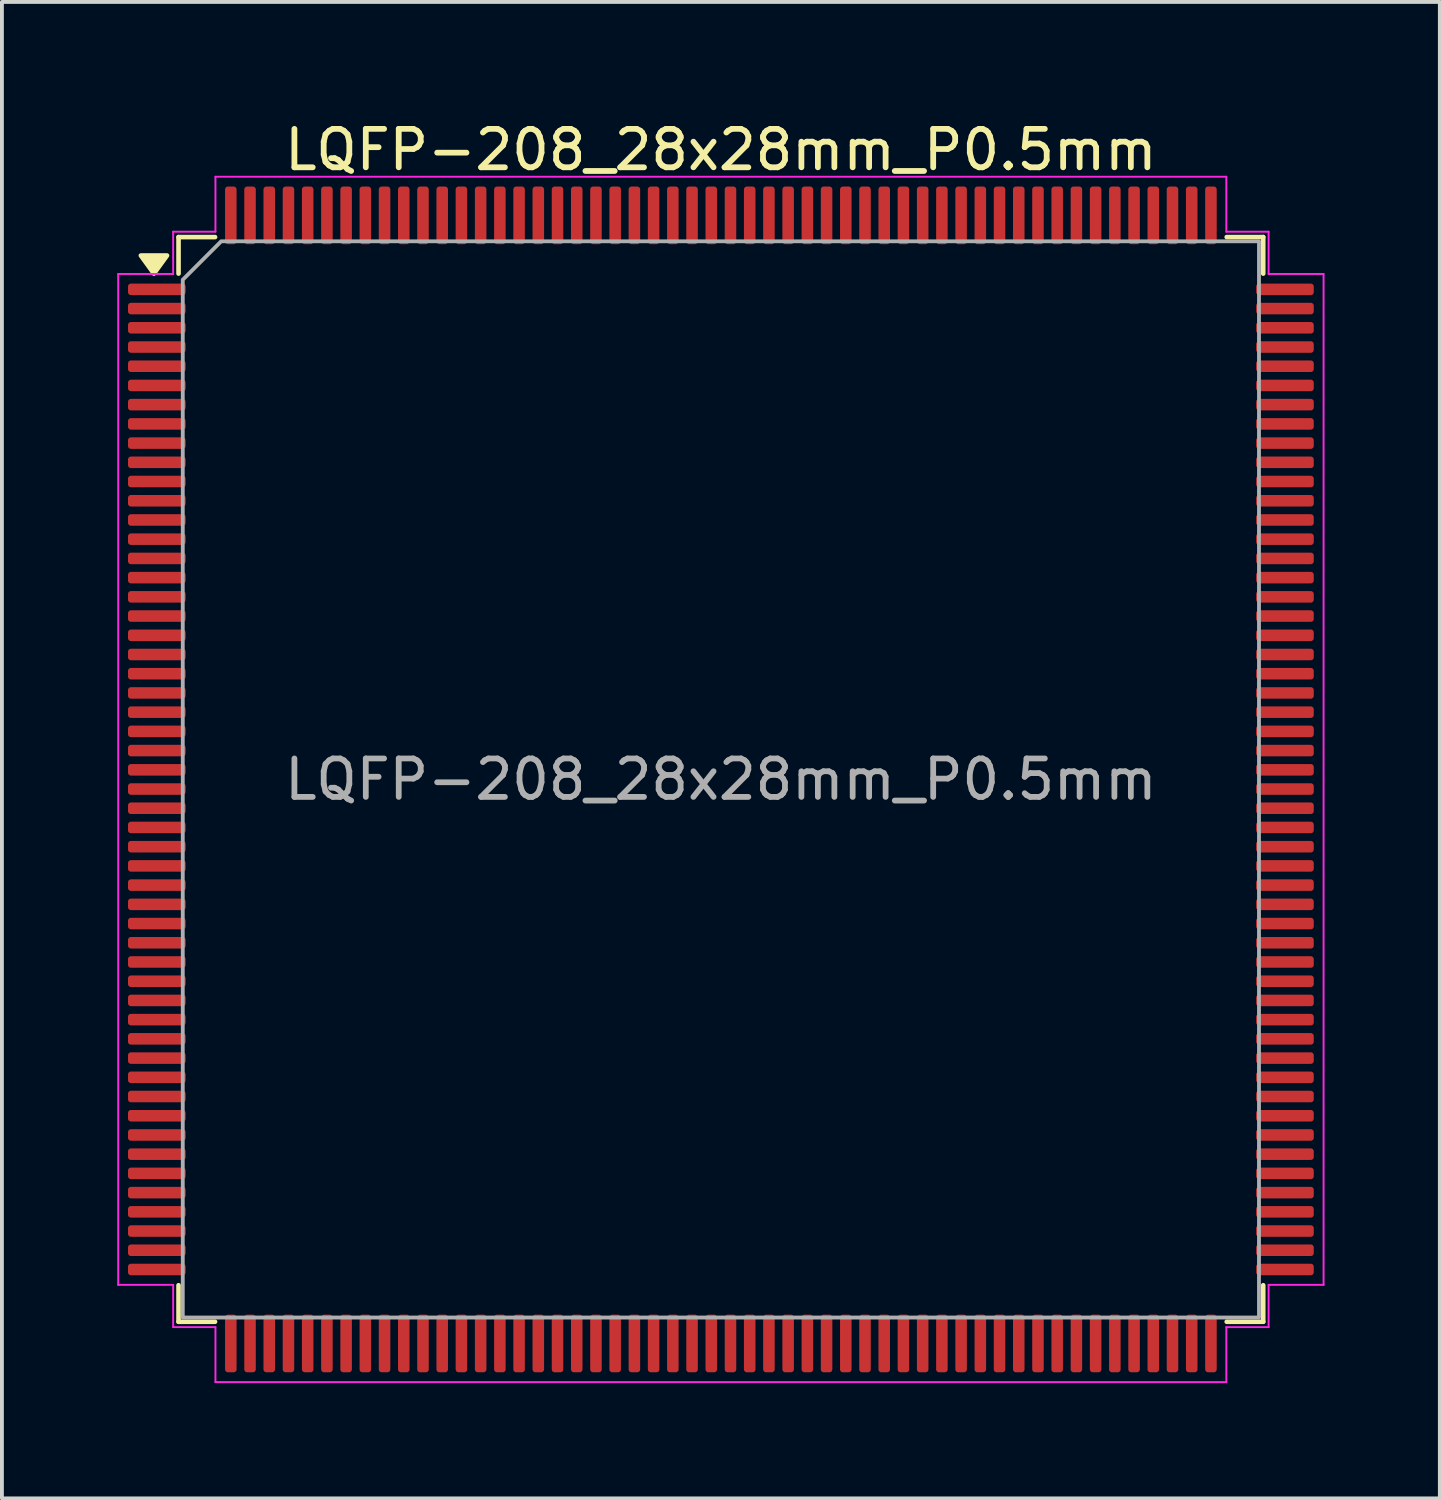
<source format=kicad_pcb>
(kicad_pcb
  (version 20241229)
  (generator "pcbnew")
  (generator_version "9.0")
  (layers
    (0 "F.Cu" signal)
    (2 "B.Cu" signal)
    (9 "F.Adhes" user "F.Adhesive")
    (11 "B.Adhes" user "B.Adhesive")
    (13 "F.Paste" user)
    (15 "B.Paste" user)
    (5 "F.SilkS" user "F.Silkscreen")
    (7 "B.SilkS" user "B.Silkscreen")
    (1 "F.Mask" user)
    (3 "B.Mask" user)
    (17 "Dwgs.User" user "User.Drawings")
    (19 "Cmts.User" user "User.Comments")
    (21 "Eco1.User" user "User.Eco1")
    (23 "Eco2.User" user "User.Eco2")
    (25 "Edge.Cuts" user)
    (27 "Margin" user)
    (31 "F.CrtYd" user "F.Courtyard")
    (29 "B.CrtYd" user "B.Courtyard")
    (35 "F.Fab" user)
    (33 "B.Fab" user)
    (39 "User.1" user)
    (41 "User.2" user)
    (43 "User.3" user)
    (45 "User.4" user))
  (footprint "LQFP-208_28x28mm_P0.5mm"
    (layer "F.Cu")
    (at 15.705 17.228)
    (property "Reference" "LQFP-208_28x28mm_P0.5mm" (at 0 -16.38 0) (layer "F.SilkS") (effects (font (size 1 1) (thickness 0.15))))
    (attr smd)
    (fp_line (start -14.11 -14.11) (end -13.16 -14.11) (stroke (width 0.12) (type solid)) (layer "F.SilkS"))
    (fp_line (start -14.11 -13.16) (end -14.11 -14.11) (stroke (width 0.12) (type solid)) (layer "F.SilkS"))
    (fp_line (start -14.11 14.11) (end -14.11 13.16) (stroke (width 0.12) (type solid)) (layer "F.SilkS"))
    (fp_line (start -13.16 14.11) (end -14.11 14.11) (stroke (width 0.12) (type solid)) (layer "F.SilkS"))
    (fp_line (start 13.16 -14.11) (end 14.11 -14.11) (stroke (width 0.12) (type solid)) (layer "F.SilkS"))
    (fp_line (start 14.11 -14.11) (end 14.11 -13.16) (stroke (width 0.12) (type solid)) (layer "F.SilkS"))
    (fp_line (start 14.11 13.16) (end 14.11 14.11) (stroke (width 0.12) (type solid)) (layer "F.SilkS"))
    (fp_line (start 14.11 14.11) (end 13.16 14.11) (stroke (width 0.12) (type solid)) (layer "F.SilkS"))
    (fp_poly (pts (xy -14.75 -13.16) (xy -15.09 -13.63) (xy -14.41 -13.63)) (stroke (width 0.12) (type solid)) (fill yes) (layer "F.SilkS"))
    (fp_line (start -15.68 -13.15) (end -14.25 -13.15) (stroke (width 0.05) (type solid)) (layer "F.CrtYd"))
    (fp_line (start -15.68 13.15) (end -15.68 -13.15) (stroke (width 0.05) (type solid)) (layer "F.CrtYd"))
    (fp_line (start -14.25 -14.25) (end -13.15 -14.25) (stroke (width 0.05) (type solid)) (layer "F.CrtYd"))
    (fp_line (start -14.25 -13.15) (end -14.25 -14.25) (stroke (width 0.05) (type solid)) (layer "F.CrtYd"))
    (fp_line (start -14.25 13.15) (end -15.68 13.15) (stroke (width 0.05) (type solid)) (layer "F.CrtYd"))
    (fp_line (start -14.25 14.25) (end -14.25 13.15) (stroke (width 0.05) (type solid)) (layer "F.CrtYd"))
    (fp_line (start -13.15 -15.68) (end 13.15 -15.68) (stroke (width 0.05) (type solid)) (layer "F.CrtYd"))
    (fp_line (start -13.15 -14.25) (end -13.15 -15.68) (stroke (width 0.05) (type solid)) (layer "F.CrtYd"))
    (fp_line (start -13.15 14.25) (end -14.25 14.25) (stroke (width 0.05) (type solid)) (layer "F.CrtYd"))
    (fp_line (start -13.15 15.68) (end -13.15 14.25) (stroke (width 0.05) (type solid)) (layer "F.CrtYd"))
    (fp_line (start 13.15 -15.68) (end 13.15 -14.25) (stroke (width 0.05) (type solid)) (layer "F.CrtYd"))
    (fp_line (start 13.15 -14.25) (end 14.25 -14.25) (stroke (width 0.05) (type solid)) (layer "F.CrtYd"))
    (fp_line (start 13.15 14.25) (end 13.15 15.68) (stroke (width 0.05) (type solid)) (layer "F.CrtYd"))
    (fp_line (start 13.15 15.68) (end -13.15 15.68) (stroke (width 0.05) (type solid)) (layer "F.CrtYd"))
    (fp_line (start 14.25 -14.25) (end 14.25 -13.15) (stroke (width 0.05) (type solid)) (layer "F.CrtYd"))
    (fp_line (start 14.25 -13.15) (end 15.68 -13.15) (stroke (width 0.05) (type solid)) (layer "F.CrtYd"))
    (fp_line (start 14.25 13.15) (end 14.25 14.25) (stroke (width 0.05) (type solid)) (layer "F.CrtYd"))
    (fp_line (start 14.25 14.25) (end 13.15 14.25) (stroke (width 0.05) (type solid)) (layer "F.CrtYd"))
    (fp_line (start 15.68 -13.15) (end 15.68 13.15) (stroke (width 0.05) (type solid)) (layer "F.CrtYd"))
    (fp_line (start 15.68 13.15) (end 14.25 13.15) (stroke (width 0.05) (type solid)) (layer "F.CrtYd"))
    (fp_poly (pts (xy -14 -13) (xy -14 14) (xy 14 14) (xy 14 -14) (xy -13 -14)) (stroke (width 0.1) (type solid)) (fill no) (layer "F.Fab"))
    (fp_text user "${REFERENCE}" (at 0 0 0) (layer "F.Fab") (effects (font (size 1 1) (thickness 0.15))))
    (pad "1" smd roundrect (at -14.675 -12.75) (size 1.5 0.3) (layers "F.Cu" "F.Mask" "F.Paste") (roundrect_rratio 0.25))
    (pad "2" smd roundrect (at -14.675 -12.25) (size 1.5 0.3) (layers "F.Cu" "F.Mask" "F.Paste") (roundrect_rratio 0.25))
    (pad "3" smd roundrect (at -14.675 -11.75) (size 1.5 0.3) (layers "F.Cu" "F.Mask" "F.Paste") (roundrect_rratio 0.25))
    (pad "4" smd roundrect (at -14.675 -11.25) (size 1.5 0.3) (layers "F.Cu" "F.Mask" "F.Paste") (roundrect_rratio 0.25))
    (pad "5" smd roundrect (at -14.675 -10.75) (size 1.5 0.3) (layers "F.Cu" "F.Mask" "F.Paste") (roundrect_rratio 0.25))
    (pad "6" smd roundrect (at -14.675 -10.25) (size 1.5 0.3) (layers "F.Cu" "F.Mask" "F.Paste") (roundrect_rratio 0.25))
    (pad "7" smd roundrect (at -14.675 -9.75) (size 1.5 0.3) (layers "F.Cu" "F.Mask" "F.Paste") (roundrect_rratio 0.25))
    (pad "8" smd roundrect (at -14.675 -9.25) (size 1.5 0.3) (layers "F.Cu" "F.Mask" "F.Paste") (roundrect_rratio 0.25))
    (pad "9" smd roundrect (at -14.675 -8.75) (size 1.5 0.3) (layers "F.Cu" "F.Mask" "F.Paste") (roundrect_rratio 0.25))
    (pad "10" smd roundrect (at -14.675 -8.25) (size 1.5 0.3) (layers "F.Cu" "F.Mask" "F.Paste") (roundrect_rratio 0.25))
    (pad "11" smd roundrect (at -14.675 -7.75) (size 1.5 0.3) (layers "F.Cu" "F.Mask" "F.Paste") (roundrect_rratio 0.25))
    (pad "12" smd roundrect (at -14.675 -7.25) (size 1.5 0.3) (layers "F.Cu" "F.Mask" "F.Paste") (roundrect_rratio 0.25))
    (pad "13" smd roundrect (at -14.675 -6.75) (size 1.5 0.3) (layers "F.Cu" "F.Mask" "F.Paste") (roundrect_rratio 0.25))
    (pad "14" smd roundrect (at -14.675 -6.25) (size 1.5 0.3) (layers "F.Cu" "F.Mask" "F.Paste") (roundrect_rratio 0.25))
    (pad "15" smd roundrect (at -14.675 -5.75) (size 1.5 0.3) (layers "F.Cu" "F.Mask" "F.Paste") (roundrect_rratio 0.25))
    (pad "16" smd roundrect (at -14.675 -5.25) (size 1.5 0.3) (layers "F.Cu" "F.Mask" "F.Paste") (roundrect_rratio 0.25))
    (pad "17" smd roundrect (at -14.675 -4.75) (size 1.5 0.3) (layers "F.Cu" "F.Mask" "F.Paste") (roundrect_rratio 0.25))
    (pad "18" smd roundrect (at -14.675 -4.25) (size 1.5 0.3) (layers "F.Cu" "F.Mask" "F.Paste") (roundrect_rratio 0.25))
    (pad "19" smd roundrect (at -14.675 -3.75) (size 1.5 0.3) (layers "F.Cu" "F.Mask" "F.Paste") (roundrect_rratio 0.25))
    (pad "20" smd roundrect (at -14.675 -3.25) (size 1.5 0.3) (layers "F.Cu" "F.Mask" "F.Paste") (roundrect_rratio 0.25))
    (pad "21" smd roundrect (at -14.675 -2.75) (size 1.5 0.3) (layers "F.Cu" "F.Mask" "F.Paste") (roundrect_rratio 0.25))
    (pad "22" smd roundrect (at -14.675 -2.25) (size 1.5 0.3) (layers "F.Cu" "F.Mask" "F.Paste") (roundrect_rratio 0.25))
    (pad "23" smd roundrect (at -14.675 -1.75) (size 1.5 0.3) (layers "F.Cu" "F.Mask" "F.Paste") (roundrect_rratio 0.25))
    (pad "24" smd roundrect (at -14.675 -1.25) (size 1.5 0.3) (layers "F.Cu" "F.Mask" "F.Paste") (roundrect_rratio 0.25))
    (pad "25" smd roundrect (at -14.675 -0.75) (size 1.5 0.3) (layers "F.Cu" "F.Mask" "F.Paste") (roundrect_rratio 0.25))
    (pad "26" smd roundrect (at -14.675 -0.25) (size 1.5 0.3) (layers "F.Cu" "F.Mask" "F.Paste") (roundrect_rratio 0.25))
    (pad "27" smd roundrect (at -14.675 0.25) (size 1.5 0.3) (layers "F.Cu" "F.Mask" "F.Paste") (roundrect_rratio 0.25))
    (pad "28" smd roundrect (at -14.675 0.75) (size 1.5 0.3) (layers "F.Cu" "F.Mask" "F.Paste") (roundrect_rratio 0.25))
    (pad "29" smd roundrect (at -14.675 1.25) (size 1.5 0.3) (layers "F.Cu" "F.Mask" "F.Paste") (roundrect_rratio 0.25))
    (pad "30" smd roundrect (at -14.675 1.75) (size 1.5 0.3) (layers "F.Cu" "F.Mask" "F.Paste") (roundrect_rratio 0.25))
    (pad "31" smd roundrect (at -14.675 2.25) (size 1.5 0.3) (layers "F.Cu" "F.Mask" "F.Paste") (roundrect_rratio 0.25))
    (pad "32" smd roundrect (at -14.675 2.75) (size 1.5 0.3) (layers "F.Cu" "F.Mask" "F.Paste") (roundrect_rratio 0.25))
    (pad "33" smd roundrect (at -14.675 3.25) (size 1.5 0.3) (layers "F.Cu" "F.Mask" "F.Paste") (roundrect_rratio 0.25))
    (pad "34" smd roundrect (at -14.675 3.75) (size 1.5 0.3) (layers "F.Cu" "F.Mask" "F.Paste") (roundrect_rratio 0.25))
    (pad "35" smd roundrect (at -14.675 4.25) (size 1.5 0.3) (layers "F.Cu" "F.Mask" "F.Paste") (roundrect_rratio 0.25))
    (pad "36" smd roundrect (at -14.675 4.75) (size 1.5 0.3) (layers "F.Cu" "F.Mask" "F.Paste") (roundrect_rratio 0.25))
    (pad "37" smd roundrect (at -14.675 5.25) (size 1.5 0.3) (layers "F.Cu" "F.Mask" "F.Paste") (roundrect_rratio 0.25))
    (pad "38" smd roundrect (at -14.675 5.75) (size 1.5 0.3) (layers "F.Cu" "F.Mask" "F.Paste") (roundrect_rratio 0.25))
    (pad "39" smd roundrect (at -14.675 6.25) (size 1.5 0.3) (layers "F.Cu" "F.Mask" "F.Paste") (roundrect_rratio 0.25))
    (pad "40" smd roundrect (at -14.675 6.75) (size 1.5 0.3) (layers "F.Cu" "F.Mask" "F.Paste") (roundrect_rratio 0.25))
    (pad "41" smd roundrect (at -14.675 7.25) (size 1.5 0.3) (layers "F.Cu" "F.Mask" "F.Paste") (roundrect_rratio 0.25))
    (pad "42" smd roundrect (at -14.675 7.75) (size 1.5 0.3) (layers "F.Cu" "F.Mask" "F.Paste") (roundrect_rratio 0.25))
    (pad "43" smd roundrect (at -14.675 8.25) (size 1.5 0.3) (layers "F.Cu" "F.Mask" "F.Paste") (roundrect_rratio 0.25))
    (pad "44" smd roundrect (at -14.675 8.75) (size 1.5 0.3) (layers "F.Cu" "F.Mask" "F.Paste") (roundrect_rratio 0.25))
    (pad "45" smd roundrect (at -14.675 9.25) (size 1.5 0.3) (layers "F.Cu" "F.Mask" "F.Paste") (roundrect_rratio 0.25))
    (pad "46" smd roundrect (at -14.675 9.75) (size 1.5 0.3) (layers "F.Cu" "F.Mask" "F.Paste") (roundrect_rratio 0.25))
    (pad "47" smd roundrect (at -14.675 10.25) (size 1.5 0.3) (layers "F.Cu" "F.Mask" "F.Paste") (roundrect_rratio 0.25))
    (pad "48" smd roundrect (at -14.675 10.75) (size 1.5 0.3) (layers "F.Cu" "F.Mask" "F.Paste") (roundrect_rratio 0.25))
    (pad "49" smd roundrect (at -14.675 11.25) (size 1.5 0.3) (layers "F.Cu" "F.Mask" "F.Paste") (roundrect_rratio 0.25))
    (pad "50" smd roundrect (at -14.675 11.75) (size 1.5 0.3) (layers "F.Cu" "F.Mask" "F.Paste") (roundrect_rratio 0.25))
    (pad "51" smd roundrect (at -14.675 12.25) (size 1.5 0.3) (layers "F.Cu" "F.Mask" "F.Paste") (roundrect_rratio 0.25))
    (pad "52" smd roundrect (at -14.675 12.75) (size 1.5 0.3) (layers "F.Cu" "F.Mask" "F.Paste") (roundrect_rratio 0.25))
    (pad "53" smd roundrect (at -12.75 14.675) (size 0.3 1.5) (layers "F.Cu" "F.Mask" "F.Paste") (roundrect_rratio 0.25))
    (pad "54" smd roundrect (at -12.25 14.675) (size 0.3 1.5) (layers "F.Cu" "F.Mask" "F.Paste") (roundrect_rratio 0.25))
    (pad "55" smd roundrect (at -11.75 14.675) (size 0.3 1.5) (layers "F.Cu" "F.Mask" "F.Paste") (roundrect_rratio 0.25))
    (pad "56" smd roundrect (at -11.25 14.675) (size 0.3 1.5) (layers "F.Cu" "F.Mask" "F.Paste") (roundrect_rratio 0.25))
    (pad "57" smd roundrect (at -10.75 14.675) (size 0.3 1.5) (layers "F.Cu" "F.Mask" "F.Paste") (roundrect_rratio 0.25))
    (pad "58" smd roundrect (at -10.25 14.675) (size 0.3 1.5) (layers "F.Cu" "F.Mask" "F.Paste") (roundrect_rratio 0.25))
    (pad "59" smd roundrect (at -9.75 14.675) (size 0.3 1.5) (layers "F.Cu" "F.Mask" "F.Paste") (roundrect_rratio 0.25))
    (pad "60" smd roundrect (at -9.25 14.675) (size 0.3 1.5) (layers "F.Cu" "F.Mask" "F.Paste") (roundrect_rratio 0.25))
    (pad "61" smd roundrect (at -8.75 14.675) (size 0.3 1.5) (layers "F.Cu" "F.Mask" "F.Paste") (roundrect_rratio 0.25))
    (pad "62" smd roundrect (at -8.25 14.675) (size 0.3 1.5) (layers "F.Cu" "F.Mask" "F.Paste") (roundrect_rratio 0.25))
    (pad "63" smd roundrect (at -7.75 14.675) (size 0.3 1.5) (layers "F.Cu" "F.Mask" "F.Paste") (roundrect_rratio 0.25))
    (pad "64" smd roundrect (at -7.25 14.675) (size 0.3 1.5) (layers "F.Cu" "F.Mask" "F.Paste") (roundrect_rratio 0.25))
    (pad "65" smd roundrect (at -6.75 14.675) (size 0.3 1.5) (layers "F.Cu" "F.Mask" "F.Paste") (roundrect_rratio 0.25))
    (pad "66" smd roundrect (at -6.25 14.675) (size 0.3 1.5) (layers "F.Cu" "F.Mask" "F.Paste") (roundrect_rratio 0.25))
    (pad "67" smd roundrect (at -5.75 14.675) (size 0.3 1.5) (layers "F.Cu" "F.Mask" "F.Paste") (roundrect_rratio 0.25))
    (pad "68" smd roundrect (at -5.25 14.675) (size 0.3 1.5) (layers "F.Cu" "F.Mask" "F.Paste") (roundrect_rratio 0.25))
    (pad "69" smd roundrect (at -4.75 14.675) (size 0.3 1.5) (layers "F.Cu" "F.Mask" "F.Paste") (roundrect_rratio 0.25))
    (pad "70" smd roundrect (at -4.25 14.675) (size 0.3 1.5) (layers "F.Cu" "F.Mask" "F.Paste") (roundrect_rratio 0.25))
    (pad "71" smd roundrect (at -3.75 14.675) (size 0.3 1.5) (layers "F.Cu" "F.Mask" "F.Paste") (roundrect_rratio 0.25))
    (pad "72" smd roundrect (at -3.25 14.675) (size 0.3 1.5) (layers "F.Cu" "F.Mask" "F.Paste") (roundrect_rratio 0.25))
    (pad "73" smd roundrect (at -2.75 14.675) (size 0.3 1.5) (layers "F.Cu" "F.Mask" "F.Paste") (roundrect_rratio 0.25))
    (pad "74" smd roundrect (at -2.25 14.675) (size 0.3 1.5) (layers "F.Cu" "F.Mask" "F.Paste") (roundrect_rratio 0.25))
    (pad "75" smd roundrect (at -1.75 14.675) (size 0.3 1.5) (layers "F.Cu" "F.Mask" "F.Paste") (roundrect_rratio 0.25))
    (pad "76" smd roundrect (at -1.25 14.675) (size 0.3 1.5) (layers "F.Cu" "F.Mask" "F.Paste") (roundrect_rratio 0.25))
    (pad "77" smd roundrect (at -0.75 14.675) (size 0.3 1.5) (layers "F.Cu" "F.Mask" "F.Paste") (roundrect_rratio 0.25))
    (pad "78" smd roundrect (at -0.25 14.675) (size 0.3 1.5) (layers "F.Cu" "F.Mask" "F.Paste") (roundrect_rratio 0.25))
    (pad "79" smd roundrect (at 0.25 14.675) (size 0.3 1.5) (layers "F.Cu" "F.Mask" "F.Paste") (roundrect_rratio 0.25))
    (pad "80" smd roundrect (at 0.75 14.675) (size 0.3 1.5) (layers "F.Cu" "F.Mask" "F.Paste") (roundrect_rratio 0.25))
    (pad "81" smd roundrect (at 1.25 14.675) (size 0.3 1.5) (layers "F.Cu" "F.Mask" "F.Paste") (roundrect_rratio 0.25))
    (pad "82" smd roundrect (at 1.75 14.675) (size 0.3 1.5) (layers "F.Cu" "F.Mask" "F.Paste") (roundrect_rratio 0.25))
    (pad "83" smd roundrect (at 2.25 14.675) (size 0.3 1.5) (layers "F.Cu" "F.Mask" "F.Paste") (roundrect_rratio 0.25))
    (pad "84" smd roundrect (at 2.75 14.675) (size 0.3 1.5) (layers "F.Cu" "F.Mask" "F.Paste") (roundrect_rratio 0.25))
    (pad "85" smd roundrect (at 3.25 14.675) (size 0.3 1.5) (layers "F.Cu" "F.Mask" "F.Paste") (roundrect_rratio 0.25))
    (pad "86" smd roundrect (at 3.75 14.675) (size 0.3 1.5) (layers "F.Cu" "F.Mask" "F.Paste") (roundrect_rratio 0.25))
    (pad "87" smd roundrect (at 4.25 14.675) (size 0.3 1.5) (layers "F.Cu" "F.Mask" "F.Paste") (roundrect_rratio 0.25))
    (pad "88" smd roundrect (at 4.75 14.675) (size 0.3 1.5) (layers "F.Cu" "F.Mask" "F.Paste") (roundrect_rratio 0.25))
    (pad "89" smd roundrect (at 5.25 14.675) (size 0.3 1.5) (layers "F.Cu" "F.Mask" "F.Paste") (roundrect_rratio 0.25))
    (pad "90" smd roundrect (at 5.75 14.675) (size 0.3 1.5) (layers "F.Cu" "F.Mask" "F.Paste") (roundrect_rratio 0.25))
    (pad "91" smd roundrect (at 6.25 14.675) (size 0.3 1.5) (layers "F.Cu" "F.Mask" "F.Paste") (roundrect_rratio 0.25))
    (pad "92" smd roundrect (at 6.75 14.675) (size 0.3 1.5) (layers "F.Cu" "F.Mask" "F.Paste") (roundrect_rratio 0.25))
    (pad "93" smd roundrect (at 7.25 14.675) (size 0.3 1.5) (layers "F.Cu" "F.Mask" "F.Paste") (roundrect_rratio 0.25))
    (pad "94" smd roundrect (at 7.75 14.675) (size 0.3 1.5) (layers "F.Cu" "F.Mask" "F.Paste") (roundrect_rratio 0.25))
    (pad "95" smd roundrect (at 8.25 14.675) (size 0.3 1.5) (layers "F.Cu" "F.Mask" "F.Paste") (roundrect_rratio 0.25))
    (pad "96" smd roundrect (at 8.75 14.675) (size 0.3 1.5) (layers "F.Cu" "F.Mask" "F.Paste") (roundrect_rratio 0.25))
    (pad "97" smd roundrect (at 9.25 14.675) (size 0.3 1.5) (layers "F.Cu" "F.Mask" "F.Paste") (roundrect_rratio 0.25))
    (pad "98" smd roundrect (at 9.75 14.675) (size 0.3 1.5) (layers "F.Cu" "F.Mask" "F.Paste") (roundrect_rratio 0.25))
    (pad "99" smd roundrect (at 10.25 14.675) (size 0.3 1.5) (layers "F.Cu" "F.Mask" "F.Paste") (roundrect_rratio 0.25))
    (pad "100" smd roundrect (at 10.75 14.675) (size 0.3 1.5) (layers "F.Cu" "F.Mask" "F.Paste") (roundrect_rratio 0.25))
    (pad "101" smd roundrect (at 11.25 14.675) (size 0.3 1.5) (layers "F.Cu" "F.Mask" "F.Paste") (roundrect_rratio 0.25))
    (pad "102" smd roundrect (at 11.75 14.675) (size 0.3 1.5) (layers "F.Cu" "F.Mask" "F.Paste") (roundrect_rratio 0.25))
    (pad "103" smd roundrect (at 12.25 14.675) (size 0.3 1.5) (layers "F.Cu" "F.Mask" "F.Paste") (roundrect_rratio 0.25))
    (pad "104" smd roundrect (at 12.75 14.675) (size 0.3 1.5) (layers "F.Cu" "F.Mask" "F.Paste") (roundrect_rratio 0.25))
    (pad "105" smd roundrect (at 14.675 12.75) (size 1.5 0.3) (layers "F.Cu" "F.Mask" "F.Paste") (roundrect_rratio 0.25))
    (pad "106" smd roundrect (at 14.675 12.25) (size 1.5 0.3) (layers "F.Cu" "F.Mask" "F.Paste") (roundrect_rratio 0.25))
    (pad "107" smd roundrect (at 14.675 11.75) (size 1.5 0.3) (layers "F.Cu" "F.Mask" "F.Paste") (roundrect_rratio 0.25))
    (pad "108" smd roundrect (at 14.675 11.25) (size 1.5 0.3) (layers "F.Cu" "F.Mask" "F.Paste") (roundrect_rratio 0.25))
    (pad "109" smd roundrect (at 14.675 10.75) (size 1.5 0.3) (layers "F.Cu" "F.Mask" "F.Paste") (roundrect_rratio 0.25))
    (pad "110" smd roundrect (at 14.675 10.25) (size 1.5 0.3) (layers "F.Cu" "F.Mask" "F.Paste") (roundrect_rratio 0.25))
    (pad "111" smd roundrect (at 14.675 9.75) (size 1.5 0.3) (layers "F.Cu" "F.Mask" "F.Paste") (roundrect_rratio 0.25))
    (pad "112" smd roundrect (at 14.675 9.25) (size 1.5 0.3) (layers "F.Cu" "F.Mask" "F.Paste") (roundrect_rratio 0.25))
    (pad "113" smd roundrect (at 14.675 8.75) (size 1.5 0.3) (layers "F.Cu" "F.Mask" "F.Paste") (roundrect_rratio 0.25))
    (pad "114" smd roundrect (at 14.675 8.25) (size 1.5 0.3) (layers "F.Cu" "F.Mask" "F.Paste") (roundrect_rratio 0.25))
    (pad "115" smd roundrect (at 14.675 7.75) (size 1.5 0.3) (layers "F.Cu" "F.Mask" "F.Paste") (roundrect_rratio 0.25))
    (pad "116" smd roundrect (at 14.675 7.25) (size 1.5 0.3) (layers "F.Cu" "F.Mask" "F.Paste") (roundrect_rratio 0.25))
    (pad "117" smd roundrect (at 14.675 6.75) (size 1.5 0.3) (layers "F.Cu" "F.Mask" "F.Paste") (roundrect_rratio 0.25))
    (pad "118" smd roundrect (at 14.675 6.25) (size 1.5 0.3) (layers "F.Cu" "F.Mask" "F.Paste") (roundrect_rratio 0.25))
    (pad "119" smd roundrect (at 14.675 5.75) (size 1.5 0.3) (layers "F.Cu" "F.Mask" "F.Paste") (roundrect_rratio 0.25))
    (pad "120" smd roundrect (at 14.675 5.25) (size 1.5 0.3) (layers "F.Cu" "F.Mask" "F.Paste") (roundrect_rratio 0.25))
    (pad "121" smd roundrect (at 14.675 4.75) (size 1.5 0.3) (layers "F.Cu" "F.Mask" "F.Paste") (roundrect_rratio 0.25))
    (pad "122" smd roundrect (at 14.675 4.25) (size 1.5 0.3) (layers "F.Cu" "F.Mask" "F.Paste") (roundrect_rratio 0.25))
    (pad "123" smd roundrect (at 14.675 3.75) (size 1.5 0.3) (layers "F.Cu" "F.Mask" "F.Paste") (roundrect_rratio 0.25))
    (pad "124" smd roundrect (at 14.675 3.25) (size 1.5 0.3) (layers "F.Cu" "F.Mask" "F.Paste") (roundrect_rratio 0.25))
    (pad "125" smd roundrect (at 14.675 2.75) (size 1.5 0.3) (layers "F.Cu" "F.Mask" "F.Paste") (roundrect_rratio 0.25))
    (pad "126" smd roundrect (at 14.675 2.25) (size 1.5 0.3) (layers "F.Cu" "F.Mask" "F.Paste") (roundrect_rratio 0.25))
    (pad "127" smd roundrect (at 14.675 1.75) (size 1.5 0.3) (layers "F.Cu" "F.Mask" "F.Paste") (roundrect_rratio 0.25))
    (pad "128" smd roundrect (at 14.675 1.25) (size 1.5 0.3) (layers "F.Cu" "F.Mask" "F.Paste") (roundrect_rratio 0.25))
    (pad "129" smd roundrect (at 14.675 0.75) (size 1.5 0.3) (layers "F.Cu" "F.Mask" "F.Paste") (roundrect_rratio 0.25))
    (pad "130" smd roundrect (at 14.675 0.25) (size 1.5 0.3) (layers "F.Cu" "F.Mask" "F.Paste") (roundrect_rratio 0.25))
    (pad "131" smd roundrect (at 14.675 -0.25) (size 1.5 0.3) (layers "F.Cu" "F.Mask" "F.Paste") (roundrect_rratio 0.25))
    (pad "132" smd roundrect (at 14.675 -0.75) (size 1.5 0.3) (layers "F.Cu" "F.Mask" "F.Paste") (roundrect_rratio 0.25))
    (pad "133" smd roundrect (at 14.675 -1.25) (size 1.5 0.3) (layers "F.Cu" "F.Mask" "F.Paste") (roundrect_rratio 0.25))
    (pad "134" smd roundrect (at 14.675 -1.75) (size 1.5 0.3) (layers "F.Cu" "F.Mask" "F.Paste") (roundrect_rratio 0.25))
    (pad "135" smd roundrect (at 14.675 -2.25) (size 1.5 0.3) (layers "F.Cu" "F.Mask" "F.Paste") (roundrect_rratio 0.25))
    (pad "136" smd roundrect (at 14.675 -2.75) (size 1.5 0.3) (layers "F.Cu" "F.Mask" "F.Paste") (roundrect_rratio 0.25))
    (pad "137" smd roundrect (at 14.675 -3.25) (size 1.5 0.3) (layers "F.Cu" "F.Mask" "F.Paste") (roundrect_rratio 0.25))
    (pad "138" smd roundrect (at 14.675 -3.75) (size 1.5 0.3) (layers "F.Cu" "F.Mask" "F.Paste") (roundrect_rratio 0.25))
    (pad "139" smd roundrect (at 14.675 -4.25) (size 1.5 0.3) (layers "F.Cu" "F.Mask" "F.Paste") (roundrect_rratio 0.25))
    (pad "140" smd roundrect (at 14.675 -4.75) (size 1.5 0.3) (layers "F.Cu" "F.Mask" "F.Paste") (roundrect_rratio 0.25))
    (pad "141" smd roundrect (at 14.675 -5.25) (size 1.5 0.3) (layers "F.Cu" "F.Mask" "F.Paste") (roundrect_rratio 0.25))
    (pad "142" smd roundrect (at 14.675 -5.75) (size 1.5 0.3) (layers "F.Cu" "F.Mask" "F.Paste") (roundrect_rratio 0.25))
    (pad "143" smd roundrect (at 14.675 -6.25) (size 1.5 0.3) (layers "F.Cu" "F.Mask" "F.Paste") (roundrect_rratio 0.25))
    (pad "144" smd roundrect (at 14.675 -6.75) (size 1.5 0.3) (layers "F.Cu" "F.Mask" "F.Paste") (roundrect_rratio 0.25))
    (pad "145" smd roundrect (at 14.675 -7.25) (size 1.5 0.3) (layers "F.Cu" "F.Mask" "F.Paste") (roundrect_rratio 0.25))
    (pad "146" smd roundrect (at 14.675 -7.75) (size 1.5 0.3) (layers "F.Cu" "F.Mask" "F.Paste") (roundrect_rratio 0.25))
    (pad "147" smd roundrect (at 14.675 -8.25) (size 1.5 0.3) (layers "F.Cu" "F.Mask" "F.Paste") (roundrect_rratio 0.25))
    (pad "148" smd roundrect (at 14.675 -8.75) (size 1.5 0.3) (layers "F.Cu" "F.Mask" "F.Paste") (roundrect_rratio 0.25))
    (pad "149" smd roundrect (at 14.675 -9.25) (size 1.5 0.3) (layers "F.Cu" "F.Mask" "F.Paste") (roundrect_rratio 0.25))
    (pad "150" smd roundrect (at 14.675 -9.75) (size 1.5 0.3) (layers "F.Cu" "F.Mask" "F.Paste") (roundrect_rratio 0.25))
    (pad "151" smd roundrect (at 14.675 -10.25) (size 1.5 0.3) (layers "F.Cu" "F.Mask" "F.Paste") (roundrect_rratio 0.25))
    (pad "152" smd roundrect (at 14.675 -10.75) (size 1.5 0.3) (layers "F.Cu" "F.Mask" "F.Paste") (roundrect_rratio 0.25))
    (pad "153" smd roundrect (at 14.675 -11.25) (size 1.5 0.3) (layers "F.Cu" "F.Mask" "F.Paste") (roundrect_rratio 0.25))
    (pad "154" smd roundrect (at 14.675 -11.75) (size 1.5 0.3) (layers "F.Cu" "F.Mask" "F.Paste") (roundrect_rratio 0.25))
    (pad "155" smd roundrect (at 14.675 -12.25) (size 1.5 0.3) (layers "F.Cu" "F.Mask" "F.Paste") (roundrect_rratio 0.25))
    (pad "156" smd roundrect (at 14.675 -12.75) (size 1.5 0.3) (layers "F.Cu" "F.Mask" "F.Paste") (roundrect_rratio 0.25))
    (pad "157" smd roundrect (at 12.75 -14.675) (size 0.3 1.5) (layers "F.Cu" "F.Mask" "F.Paste") (roundrect_rratio 0.25))
    (pad "158" smd roundrect (at 12.25 -14.675) (size 0.3 1.5) (layers "F.Cu" "F.Mask" "F.Paste") (roundrect_rratio 0.25))
    (pad "159" smd roundrect (at 11.75 -14.675) (size 0.3 1.5) (layers "F.Cu" "F.Mask" "F.Paste") (roundrect_rratio 0.25))
    (pad "160" smd roundrect (at 11.25 -14.675) (size 0.3 1.5) (layers "F.Cu" "F.Mask" "F.Paste") (roundrect_rratio 0.25))
    (pad "161" smd roundrect (at 10.75 -14.675) (size 0.3 1.5) (layers "F.Cu" "F.Mask" "F.Paste") (roundrect_rratio 0.25))
    (pad "162" smd roundrect (at 10.25 -14.675) (size 0.3 1.5) (layers "F.Cu" "F.Mask" "F.Paste") (roundrect_rratio 0.25))
    (pad "163" smd roundrect (at 9.75 -14.675) (size 0.3 1.5) (layers "F.Cu" "F.Mask" "F.Paste") (roundrect_rratio 0.25))
    (pad "164" smd roundrect (at 9.25 -14.675) (size 0.3 1.5) (layers "F.Cu" "F.Mask" "F.Paste") (roundrect_rratio 0.25))
    (pad "165" smd roundrect (at 8.75 -14.675) (size 0.3 1.5) (layers "F.Cu" "F.Mask" "F.Paste") (roundrect_rratio 0.25))
    (pad "166" smd roundrect (at 8.25 -14.675) (size 0.3 1.5) (layers "F.Cu" "F.Mask" "F.Paste") (roundrect_rratio 0.25))
    (pad "167" smd roundrect (at 7.75 -14.675) (size 0.3 1.5) (layers "F.Cu" "F.Mask" "F.Paste") (roundrect_rratio 0.25))
    (pad "168" smd roundrect (at 7.25 -14.675) (size 0.3 1.5) (layers "F.Cu" "F.Mask" "F.Paste") (roundrect_rratio 0.25))
    (pad "169" smd roundrect (at 6.75 -14.675) (size 0.3 1.5) (layers "F.Cu" "F.Mask" "F.Paste") (roundrect_rratio 0.25))
    (pad "170" smd roundrect (at 6.25 -14.675) (size 0.3 1.5) (layers "F.Cu" "F.Mask" "F.Paste") (roundrect_rratio 0.25))
    (pad "171" smd roundrect (at 5.75 -14.675) (size 0.3 1.5) (layers "F.Cu" "F.Mask" "F.Paste") (roundrect_rratio 0.25))
    (pad "172" smd roundrect (at 5.25 -14.675) (size 0.3 1.5) (layers "F.Cu" "F.Mask" "F.Paste") (roundrect_rratio 0.25))
    (pad "173" smd roundrect (at 4.75 -14.675) (size 0.3 1.5) (layers "F.Cu" "F.Mask" "F.Paste") (roundrect_rratio 0.25))
    (pad "174" smd roundrect (at 4.25 -14.675) (size 0.3 1.5) (layers "F.Cu" "F.Mask" "F.Paste") (roundrect_rratio 0.25))
    (pad "175" smd roundrect (at 3.75 -14.675) (size 0.3 1.5) (layers "F.Cu" "F.Mask" "F.Paste") (roundrect_rratio 0.25))
    (pad "176" smd roundrect (at 3.25 -14.675) (size 0.3 1.5) (layers "F.Cu" "F.Mask" "F.Paste") (roundrect_rratio 0.25))
    (pad "177" smd roundrect (at 2.75 -14.675) (size 0.3 1.5) (layers "F.Cu" "F.Mask" "F.Paste") (roundrect_rratio 0.25))
    (pad "178" smd roundrect (at 2.25 -14.675) (size 0.3 1.5) (layers "F.Cu" "F.Mask" "F.Paste") (roundrect_rratio 0.25))
    (pad "179" smd roundrect (at 1.75 -14.675) (size 0.3 1.5) (layers "F.Cu" "F.Mask" "F.Paste") (roundrect_rratio 0.25))
    (pad "180" smd roundrect (at 1.25 -14.675) (size 0.3 1.5) (layers "F.Cu" "F.Mask" "F.Paste") (roundrect_rratio 0.25))
    (pad "181" smd roundrect (at 0.75 -14.675) (size 0.3 1.5) (layers "F.Cu" "F.Mask" "F.Paste") (roundrect_rratio 0.25))
    (pad "182" smd roundrect (at 0.25 -14.675) (size 0.3 1.5) (layers "F.Cu" "F.Mask" "F.Paste") (roundrect_rratio 0.25))
    (pad "183" smd roundrect (at -0.25 -14.675) (size 0.3 1.5) (layers "F.Cu" "F.Mask" "F.Paste") (roundrect_rratio 0.25))
    (pad "184" smd roundrect (at -0.75 -14.675) (size 0.3 1.5) (layers "F.Cu" "F.Mask" "F.Paste") (roundrect_rratio 0.25))
    (pad "185" smd roundrect (at -1.25 -14.675) (size 0.3 1.5) (layers "F.Cu" "F.Mask" "F.Paste") (roundrect_rratio 0.25))
    (pad "186" smd roundrect (at -1.75 -14.675) (size 0.3 1.5) (layers "F.Cu" "F.Mask" "F.Paste") (roundrect_rratio 0.25))
    (pad "187" smd roundrect (at -2.25 -14.675) (size 0.3 1.5) (layers "F.Cu" "F.Mask" "F.Paste") (roundrect_rratio 0.25))
    (pad "188" smd roundrect (at -2.75 -14.675) (size 0.3 1.5) (layers "F.Cu" "F.Mask" "F.Paste") (roundrect_rratio 0.25))
    (pad "189" smd roundrect (at -3.25 -14.675) (size 0.3 1.5) (layers "F.Cu" "F.Mask" "F.Paste") (roundrect_rratio 0.25))
    (pad "190" smd roundrect (at -3.75 -14.675) (size 0.3 1.5) (layers "F.Cu" "F.Mask" "F.Paste") (roundrect_rratio 0.25))
    (pad "191" smd roundrect (at -4.25 -14.675) (size 0.3 1.5) (layers "F.Cu" "F.Mask" "F.Paste") (roundrect_rratio 0.25))
    (pad "192" smd roundrect (at -4.75 -14.675) (size 0.3 1.5) (layers "F.Cu" "F.Mask" "F.Paste") (roundrect_rratio 0.25))
    (pad "193" smd roundrect (at -5.25 -14.675) (size 0.3 1.5) (layers "F.Cu" "F.Mask" "F.Paste") (roundrect_rratio 0.25))
    (pad "194" smd roundrect (at -5.75 -14.675) (size 0.3 1.5) (layers "F.Cu" "F.Mask" "F.Paste") (roundrect_rratio 0.25))
    (pad "195" smd roundrect (at -6.25 -14.675) (size 0.3 1.5) (layers "F.Cu" "F.Mask" "F.Paste") (roundrect_rratio 0.25))
    (pad "196" smd roundrect (at -6.75 -14.675) (size 0.3 1.5) (layers "F.Cu" "F.Mask" "F.Paste") (roundrect_rratio 0.25))
    (pad "197" smd roundrect (at -7.25 -14.675) (size 0.3 1.5) (layers "F.Cu" "F.Mask" "F.Paste") (roundrect_rratio 0.25))
    (pad "198" smd roundrect (at -7.75 -14.675) (size 0.3 1.5) (layers "F.Cu" "F.Mask" "F.Paste") (roundrect_rratio 0.25))
    (pad "199" smd roundrect (at -8.25 -14.675) (size 0.3 1.5) (layers "F.Cu" "F.Mask" "F.Paste") (roundrect_rratio 0.25))
    (pad "200" smd roundrect (at -8.75 -14.675) (size 0.3 1.5) (layers "F.Cu" "F.Mask" "F.Paste") (roundrect_rratio 0.25))
    (pad "201" smd roundrect (at -9.25 -14.675) (size 0.3 1.5) (layers "F.Cu" "F.Mask" "F.Paste") (roundrect_rratio 0.25))
    (pad "202" smd roundrect (at -9.75 -14.675) (size 0.3 1.5) (layers "F.Cu" "F.Mask" "F.Paste") (roundrect_rratio 0.25))
    (pad "203" smd roundrect (at -10.25 -14.675) (size 0.3 1.5) (layers "F.Cu" "F.Mask" "F.Paste") (roundrect_rratio 0.25))
    (pad "204" smd roundrect (at -10.75 -14.675) (size 0.3 1.5) (layers "F.Cu" "F.Mask" "F.Paste") (roundrect_rratio 0.25))
    (pad "205" smd roundrect (at -11.25 -14.675) (size 0.3 1.5) (layers "F.Cu" "F.Mask" "F.Paste") (roundrect_rratio 0.25))
    (pad "206" smd roundrect (at -11.75 -14.675) (size 0.3 1.5) (layers "F.Cu" "F.Mask" "F.Paste") (roundrect_rratio 0.25))
    (pad "207" smd roundrect (at -12.25 -14.675) (size 0.3 1.5) (layers "F.Cu" "F.Mask" "F.Paste") (roundrect_rratio 0.25))
    (pad "208" smd roundrect (at -12.75 -14.675) (size 0.3 1.5) (layers "F.Cu" "F.Mask" "F.Paste") (roundrect_rratio 0.25)))
  (gr_rect
    (start -3 -3)
    (end 34.41 35.933)
    (stroke (width 0.1) (type default))
    (fill no)
    (layer "Edge.Cuts")))
</source>
